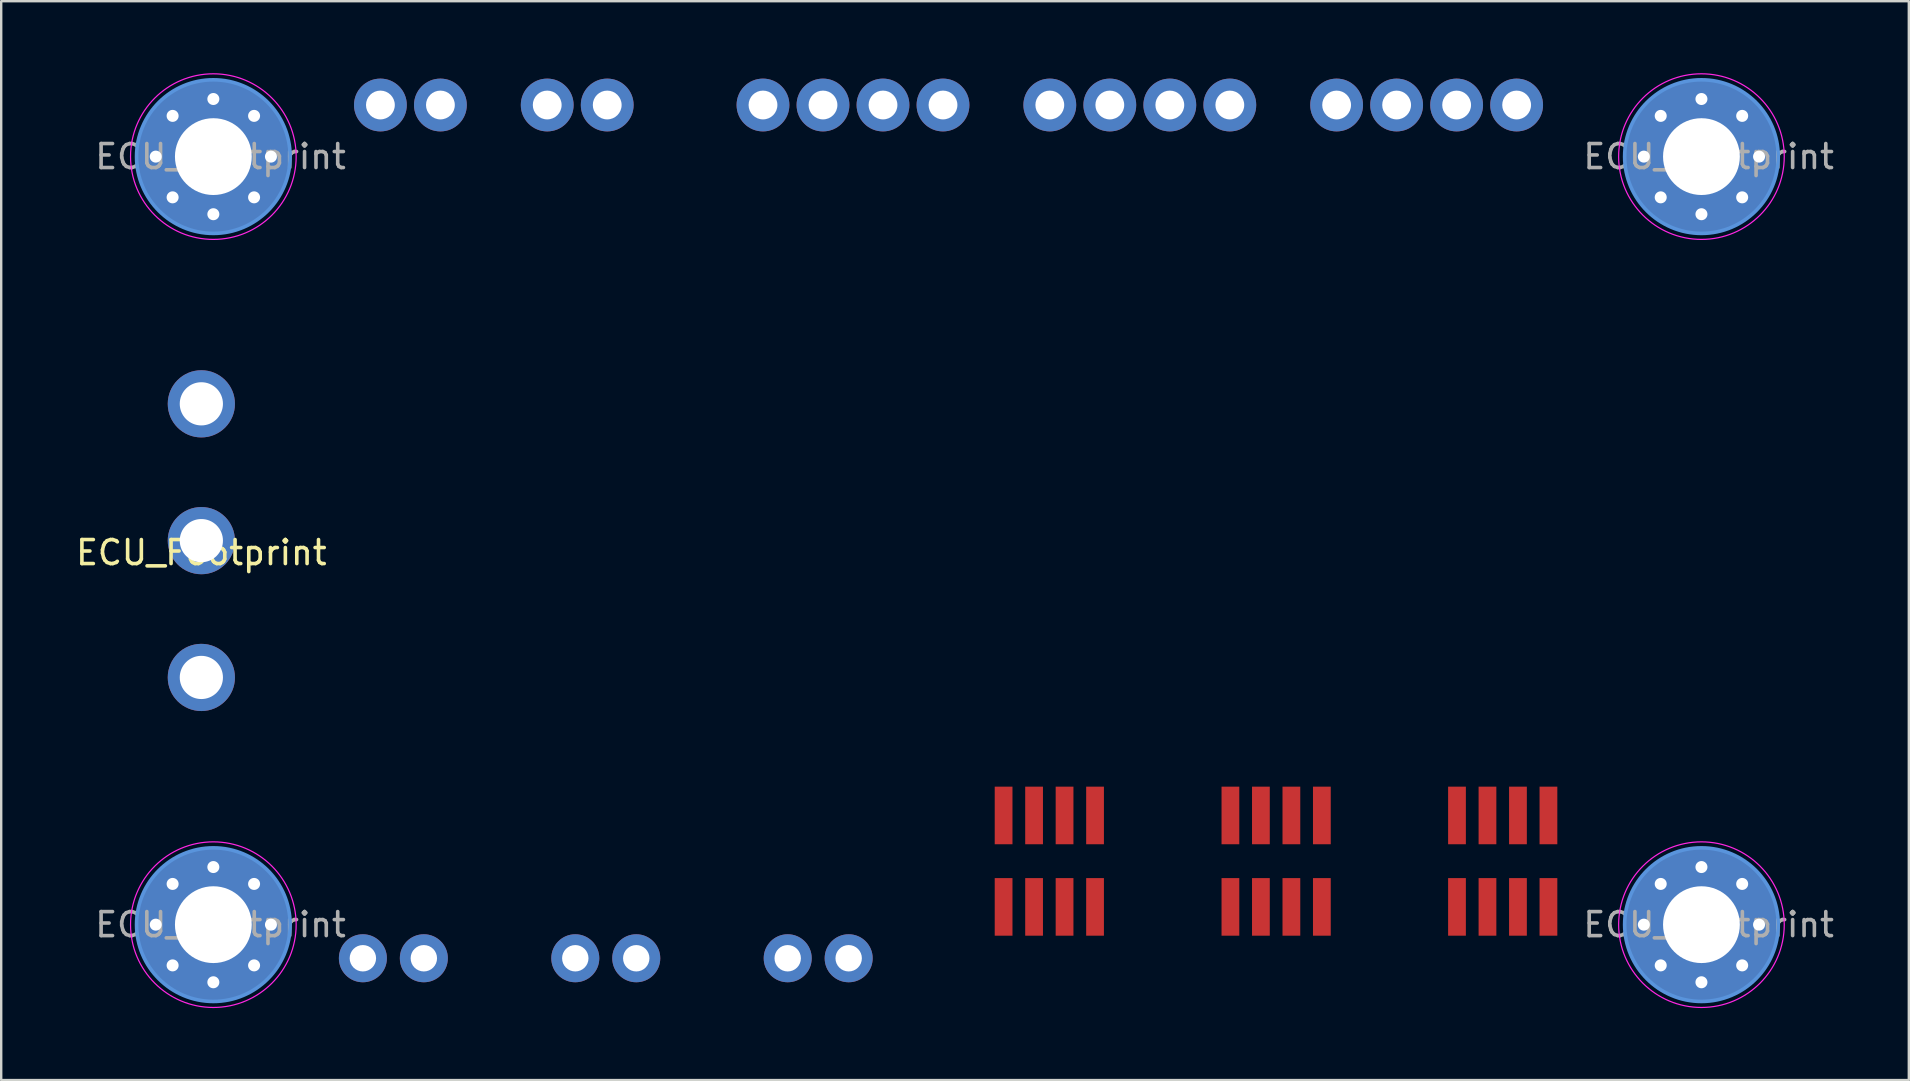
<source format=kicad_pcb>
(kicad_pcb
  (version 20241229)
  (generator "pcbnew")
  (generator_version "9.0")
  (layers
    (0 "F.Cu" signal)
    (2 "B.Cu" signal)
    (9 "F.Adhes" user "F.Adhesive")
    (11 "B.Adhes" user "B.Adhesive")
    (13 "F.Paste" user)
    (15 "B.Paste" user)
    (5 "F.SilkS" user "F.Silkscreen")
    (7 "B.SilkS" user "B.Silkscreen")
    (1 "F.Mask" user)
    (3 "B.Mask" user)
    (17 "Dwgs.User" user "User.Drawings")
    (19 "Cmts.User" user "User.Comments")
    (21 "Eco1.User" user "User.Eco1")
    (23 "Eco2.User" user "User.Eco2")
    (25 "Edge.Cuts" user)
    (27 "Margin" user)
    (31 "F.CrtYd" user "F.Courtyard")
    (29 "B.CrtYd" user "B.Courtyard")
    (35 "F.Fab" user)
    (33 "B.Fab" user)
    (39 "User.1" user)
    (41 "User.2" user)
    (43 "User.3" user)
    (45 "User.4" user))
  (footprint "ECU_Footprint"
    (layer "F.Cu")
    (at 36.839 19.475)
    (property "Reference" "ECU_Footprint" (at -31.5 0.5 0) (layer "F.SilkS") (effects (font (size 1 1) (thickness 0.15))))
    (attr through_hole)
    (fp_circle (center -31 -16) (end -27.8 -16) (stroke (width 0.15) (type solid)) (fill no) (layer "Cmts.User"))
    (fp_circle (center -31 16) (end -27.8 16) (stroke (width 0.15) (type solid)) (fill no) (layer "Cmts.User"))
    (fp_circle (center 31 -16) (end 34.2 -16) (stroke (width 0.15) (type solid)) (fill no) (layer "Cmts.User"))
    (fp_circle (center 31 16) (end 34.2 16) (stroke (width 0.15) (type solid)) (fill no) (layer "Cmts.User"))
    (fp_circle (center -31 -16) (end -27.55 -16) (stroke (width 0.05) (type solid)) (fill no) (layer "F.CrtYd"))
    (fp_circle (center -31 16) (end -27.55 16) (stroke (width 0.05) (type solid)) (fill no) (layer "F.CrtYd"))
    (fp_circle (center 31 -16) (end 34.45 -16) (stroke (width 0.05) (type solid)) (fill no) (layer "F.CrtYd"))
    (fp_circle (center 31 16) (end 34.45 16) (stroke (width 0.05) (type solid)) (fill no) (layer "F.CrtYd"))
    (fp_text user "${REFERENCE}" (at 31.3 16 0) (layer "F.Fab") (effects (font (size 1 1) (thickness 0.15))))
    (fp_text user "${REFERENCE}" (at 31.3 -16 0) (layer "F.Fab") (effects (font (size 1 1) (thickness 0.15))))
    (fp_text user "${REFERENCE}" (at -30.7 16 0) (layer "F.Fab") (effects (font (size 1 1) (thickness 0.15))))
    (fp_text user "${REFERENCE}" (at -30.7 -16 0) (layer "F.Fab") (effects (font (size 1 1) (thickness 0.15))))
    (pad "0" thru_hole circle (at -33.4 -16) (size 0.8 0.8) (drill 0.5) (layers "*.Cu" "*.Mask"))
    (pad "0" thru_hole circle (at -33.4 16) (size 0.8 0.8) (drill 0.5) (layers "*.Cu" "*.Mask"))
    (pad "0" thru_hole circle (at -32.697 -17.697) (size 0.8 0.8) (drill 0.5) (layers "*.Cu" "*.Mask"))
    (pad "0" thru_hole circle (at -32.697 -14.303) (size 0.8 0.8) (drill 0.5) (layers "*.Cu" "*.Mask"))
    (pad "0" thru_hole circle (at -32.697 14.303) (size 0.8 0.8) (drill 0.5) (layers "*.Cu" "*.Mask"))
    (pad "0" thru_hole circle (at -32.697 17.697) (size 0.8 0.8) (drill 0.5) (layers "*.Cu" "*.Mask"))
    (pad "0" thru_hole circle (at -31 -18.4) (size 0.8 0.8) (drill 0.5) (layers "*.Cu" "*.Mask"))
    (pad "0" thru_hole circle (at -31 -16) (size 6.4 6.4) (drill 3.2) (layers "*.Cu" "*.Mask"))
    (pad "0" thru_hole circle (at -31 -13.6) (size 0.8 0.8) (drill 0.5) (layers "*.Cu" "*.Mask"))
    (pad "0" thru_hole circle (at -31 13.6) (size 0.8 0.8) (drill 0.5) (layers "*.Cu" "*.Mask"))
    (pad "0" thru_hole circle (at -31 16) (size 6.4 6.4) (drill 3.2) (layers "*.Cu" "*.Mask"))
    (pad "0" thru_hole circle (at -31 18.4) (size 0.8 0.8) (drill 0.5) (layers "*.Cu" "*.Mask"))
    (pad "0" thru_hole circle (at -29.303 -17.697) (size 0.8 0.8) (drill 0.5) (layers "*.Cu" "*.Mask"))
    (pad "0" thru_hole circle (at -29.303 -14.303) (size 0.8 0.8) (drill 0.5) (layers "*.Cu" "*.Mask"))
    (pad "0" thru_hole circle (at -29.303 14.303) (size 0.8 0.8) (drill 0.5) (layers "*.Cu" "*.Mask"))
    (pad "0" thru_hole circle (at -29.303 17.697) (size 0.8 0.8) (drill 0.5) (layers "*.Cu" "*.Mask"))
    (pad "0" thru_hole circle (at -28.6 -16) (size 0.8 0.8) (drill 0.5) (layers "*.Cu" "*.Mask"))
    (pad "0" thru_hole circle (at -28.6 16) (size 0.8 0.8) (drill 0.5) (layers "*.Cu" "*.Mask"))
    (pad "0" thru_hole circle (at 28.6 -16) (size 0.8 0.8) (drill 0.5) (layers "*.Cu" "*.Mask"))
    (pad "0" thru_hole circle (at 28.6 16) (size 0.8 0.8) (drill 0.5) (layers "*.Cu" "*.Mask"))
    (pad "0" thru_hole circle (at 29.303 -17.697) (size 0.8 0.8) (drill 0.5) (layers "*.Cu" "*.Mask"))
    (pad "0" thru_hole circle (at 29.303 -14.303) (size 0.8 0.8) (drill 0.5) (layers "*.Cu" "*.Mask"))
    (pad "0" thru_hole circle (at 29.303 14.303) (size 0.8 0.8) (drill 0.5) (layers "*.Cu" "*.Mask"))
    (pad "0" thru_hole circle (at 29.303 17.697) (size 0.8 0.8) (drill 0.5) (layers "*.Cu" "*.Mask"))
    (pad "0" thru_hole circle (at 31 -18.4) (size 0.8 0.8) (drill 0.5) (layers "*.Cu" "*.Mask"))
    (pad "0" thru_hole circle (at 31 -16) (size 6.4 6.4) (drill 3.2) (layers "*.Cu" "*.Mask"))
    (pad "0" thru_hole circle (at 31 -13.6) (size 0.8 0.8) (drill 0.5) (layers "*.Cu" "*.Mask"))
    (pad "0" thru_hole circle (at 31 13.6) (size 0.8 0.8) (drill 0.5) (layers "*.Cu" "*.Mask"))
    (pad "0" thru_hole circle (at 31 16) (size 6.4 6.4) (drill 3.2) (layers "*.Cu" "*.Mask"))
    (pad "0" thru_hole circle (at 31 18.4) (size 0.8 0.8) (drill 0.5) (layers "*.Cu" "*.Mask"))
    (pad "0" thru_hole circle (at 32.697 -17.697) (size 0.8 0.8) (drill 0.5) (layers "*.Cu" "*.Mask"))
    (pad "0" thru_hole circle (at 32.697 -14.303) (size 0.8 0.8) (drill 0.5) (layers "*.Cu" "*.Mask"))
    (pad "0" thru_hole circle (at 32.697 14.303) (size 0.8 0.8) (drill 0.5) (layers "*.Cu" "*.Mask"))
    (pad "0" thru_hole circle (at 32.697 17.697) (size 0.8 0.8) (drill 0.5) (layers "*.Cu" "*.Mask"))
    (pad "0" thru_hole circle (at 33.4 -16) (size 0.8 0.8) (drill 0.5) (layers "*.Cu" "*.Mask"))
    (pad "0" thru_hole circle (at 33.4 16) (size 0.8 0.8) (drill 0.5) (layers "*.Cu" "*.Mask"))
    (pad "1" thru_hole circle (at -24.04 -18.15) (size 2.2 2.2) (drill 1.2) (layers "*.Cu" "*.Mask"))
    (pad "2" thru_hole circle (at -21.54 -18.15) (size 2.2 2.2) (drill 1.2) (layers "*.Cu" "*.Mask"))
    (pad "3" thru_hole circle (at -17.09 -18.15) (size 2.2 2.2) (drill 1.2) (layers "*.Cu" "*.Mask"))
    (pad "4" thru_hole circle (at -14.59 -18.15) (size 2.2 2.2) (drill 1.2) (layers "*.Cu" "*.Mask"))
    (pad "5" thru_hole circle (at -8.1 -18.15) (size 2.2 2.2) (drill 1.2) (layers "*.Cu" "*.Mask"))
    (pad "6" thru_hole circle (at -5.6 -18.15) (size 2.2 2.2) (drill 1.2) (layers "*.Cu" "*.Mask"))
    (pad "7" thru_hole circle (at -3.1 -18.15) (size 2.2 2.2) (drill 1.2) (layers "*.Cu" "*.Mask"))
    (pad "8" thru_hole circle (at -0.6 -18.15) (size 2.2 2.2) (drill 1.2) (layers "*.Cu" "*.Mask"))
    (pad "9" thru_hole circle (at 3.85 -18.15) (size 2.2 2.2) (drill 1.2) (layers "*.Cu" "*.Mask"))
    (pad "10" thru_hole circle (at 6.35 -18.15) (size 2.2 2.2) (drill 1.2) (layers "*.Cu" "*.Mask"))
    (pad "11" thru_hole circle (at 8.85 -18.15) (size 2.2 2.2) (drill 1.2) (layers "*.Cu" "*.Mask"))
    (pad "12" thru_hole circle (at 11.35 -18.15) (size 2.2 2.2) (drill 1.2) (layers "*.Cu" "*.Mask"))
    (pad "13" thru_hole circle (at 15.8 -18.15) (size 2.2 2.2) (drill 1.2) (layers "*.Cu" "*.Mask"))
    (pad "14" thru_hole circle (at 18.3 -18.15) (size 2.2 2.2) (drill 1.2) (layers "*.Cu" "*.Mask"))
    (pad "15" thru_hole circle (at 20.8 -18.15) (size 2.2 2.2) (drill 1.2) (layers "*.Cu" "*.Mask"))
    (pad "16" thru_hole circle (at 23.3 -18.15) (size 2.2 2.2) (drill 1.2) (layers "*.Cu" "*.Mask"))
    (pad "17" thru_hole circle (at -31.5 -5.7) (size 2.8 2.8) (drill 1.8) (layers "*.Cu" "*.Mask"))
    (pad "18" thru_hole circle (at -31.5 0) (size 2.8 2.8) (drill 1.8) (layers "*.Cu" "*.Mask"))
    (pad "19" thru_hole circle (at -31.5 5.7) (size 2.8 2.8) (drill 1.8) (layers "*.Cu" "*.Mask"))
    (pad "20" thru_hole circle (at -24.77 17.4) (size 2 2) (drill 1.1) (layers "*.Cu" "*.Mask"))
    (pad "21" thru_hole circle (at -22.23 17.4) (size 2 2) (drill 1.1) (layers "*.Cu" "*.Mask"))
    (pad "22" thru_hole circle (at -15.92 17.4) (size 2 2) (drill 1.1) (layers "*.Cu" "*.Mask"))
    (pad "23" thru_hole circle (at -13.38 17.4) (size 2 2) (drill 1.1) (layers "*.Cu" "*.Mask"))
    (pad "24" thru_hole circle (at -7.07 17.4) (size 2 2) (drill 1.1) (layers "*.Cu" "*.Mask"))
    (pad "25" thru_hole circle (at -4.53 17.4) (size 2 2) (drill 1.1) (layers "*.Cu" "*.Mask"))
    (pad "26" smd rect (at 24.625 11.45 90) (size 2.4 0.74) (layers "F.Cu" "F.Mask" "F.Paste"))
    (pad "27" smd rect (at 23.355 11.45 90) (size 2.4 0.74) (layers "F.Cu" "F.Mask" "F.Paste"))
    (pad "28" smd rect (at 22.085 11.45 90) (size 2.4 0.74) (layers "F.Cu" "F.Mask" "F.Paste"))
    (pad "29" smd rect (at 20.815 11.45 90) (size 2.4 0.74) (layers "F.Cu" "F.Mask" "F.Paste"))
    (pad "30" smd rect (at 15.185 11.45 90) (size 2.4 0.74) (layers "F.Cu" "F.Mask" "F.Paste"))
    (pad "31" smd rect (at 13.915 11.45 90) (size 2.4 0.74) (layers "F.Cu" "F.Mask" "F.Paste"))
    (pad "32" smd rect (at 12.645 11.45 90) (size 2.4 0.74) (layers "F.Cu" "F.Mask" "F.Paste"))
    (pad "33" smd rect (at 11.375 11.45 90) (size 2.4 0.74) (layers "F.Cu" "F.Mask" "F.Paste"))
    (pad "34" smd rect (at 5.735 11.45 90) (size 2.4 0.74) (layers "F.Cu" "F.Mask" "F.Paste"))
    (pad "35" smd rect (at 4.465 11.45 90) (size 2.4 0.74) (layers "F.Cu" "F.Mask" "F.Paste"))
    (pad "36" smd rect (at 3.195 11.45 90) (size 2.4 0.74) (layers "F.Cu" "F.Mask" "F.Paste"))
    (pad "37" smd rect (at 1.925 11.45 90) (size 2.4 0.74) (layers "F.Cu" "F.Mask" "F.Paste"))
    (pad "38" smd rect (at 20.815 15.26 90) (size 2.4 0.74) (layers "F.Cu" "F.Mask" "F.Paste"))
    (pad "39" smd rect (at 22.085 15.26 90) (size 2.4 0.74) (layers "F.Cu" "F.Mask" "F.Paste"))
    (pad "40" smd rect (at 23.355 15.26 90) (size 2.4 0.74) (layers "F.Cu" "F.Mask" "F.Paste"))
    (pad "41" smd rect (at 24.625 15.26 90) (size 2.4 0.74) (layers "F.Cu" "F.Mask" "F.Paste"))
    (pad "42" smd rect (at 11.375 15.26 90) (size 2.4 0.74) (layers "F.Cu" "F.Mask" "F.Paste"))
    (pad "43" smd rect (at 12.645 15.26 90) (size 2.4 0.74) (layers "F.Cu" "F.Mask" "F.Paste"))
    (pad "44" smd rect (at 13.915 15.26 90) (size 2.4 0.74) (layers "F.Cu" "F.Mask" "F.Paste"))
    (pad "45" smd rect (at 15.185 15.26 90) (size 2.4 0.74) (layers "F.Cu" "F.Mask" "F.Paste"))
    (pad "46" smd rect (at 1.925 15.26 90) (size 2.4 0.74) (layers "F.Cu" "F.Mask" "F.Paste"))
    (pad "47" smd rect (at 3.195 15.26 90) (size 2.4 0.74) (layers "F.Cu" "F.Mask" "F.Paste"))
    (pad "48" smd rect (at 4.465 15.26 90) (size 2.4 0.74) (layers "F.Cu" "F.Mask" "F.Paste"))
    (pad "49" smd rect (at 5.735 15.26 90) (size 2.4 0.74) (layers "F.Cu" "F.Mask" "F.Paste")))
  (gr_rect
    (start -3 -3)
    (end 76.479 41.95)
    (stroke (width 0.1) (type default))
    (fill no)
    (layer "Edge.Cuts")))
</source>
